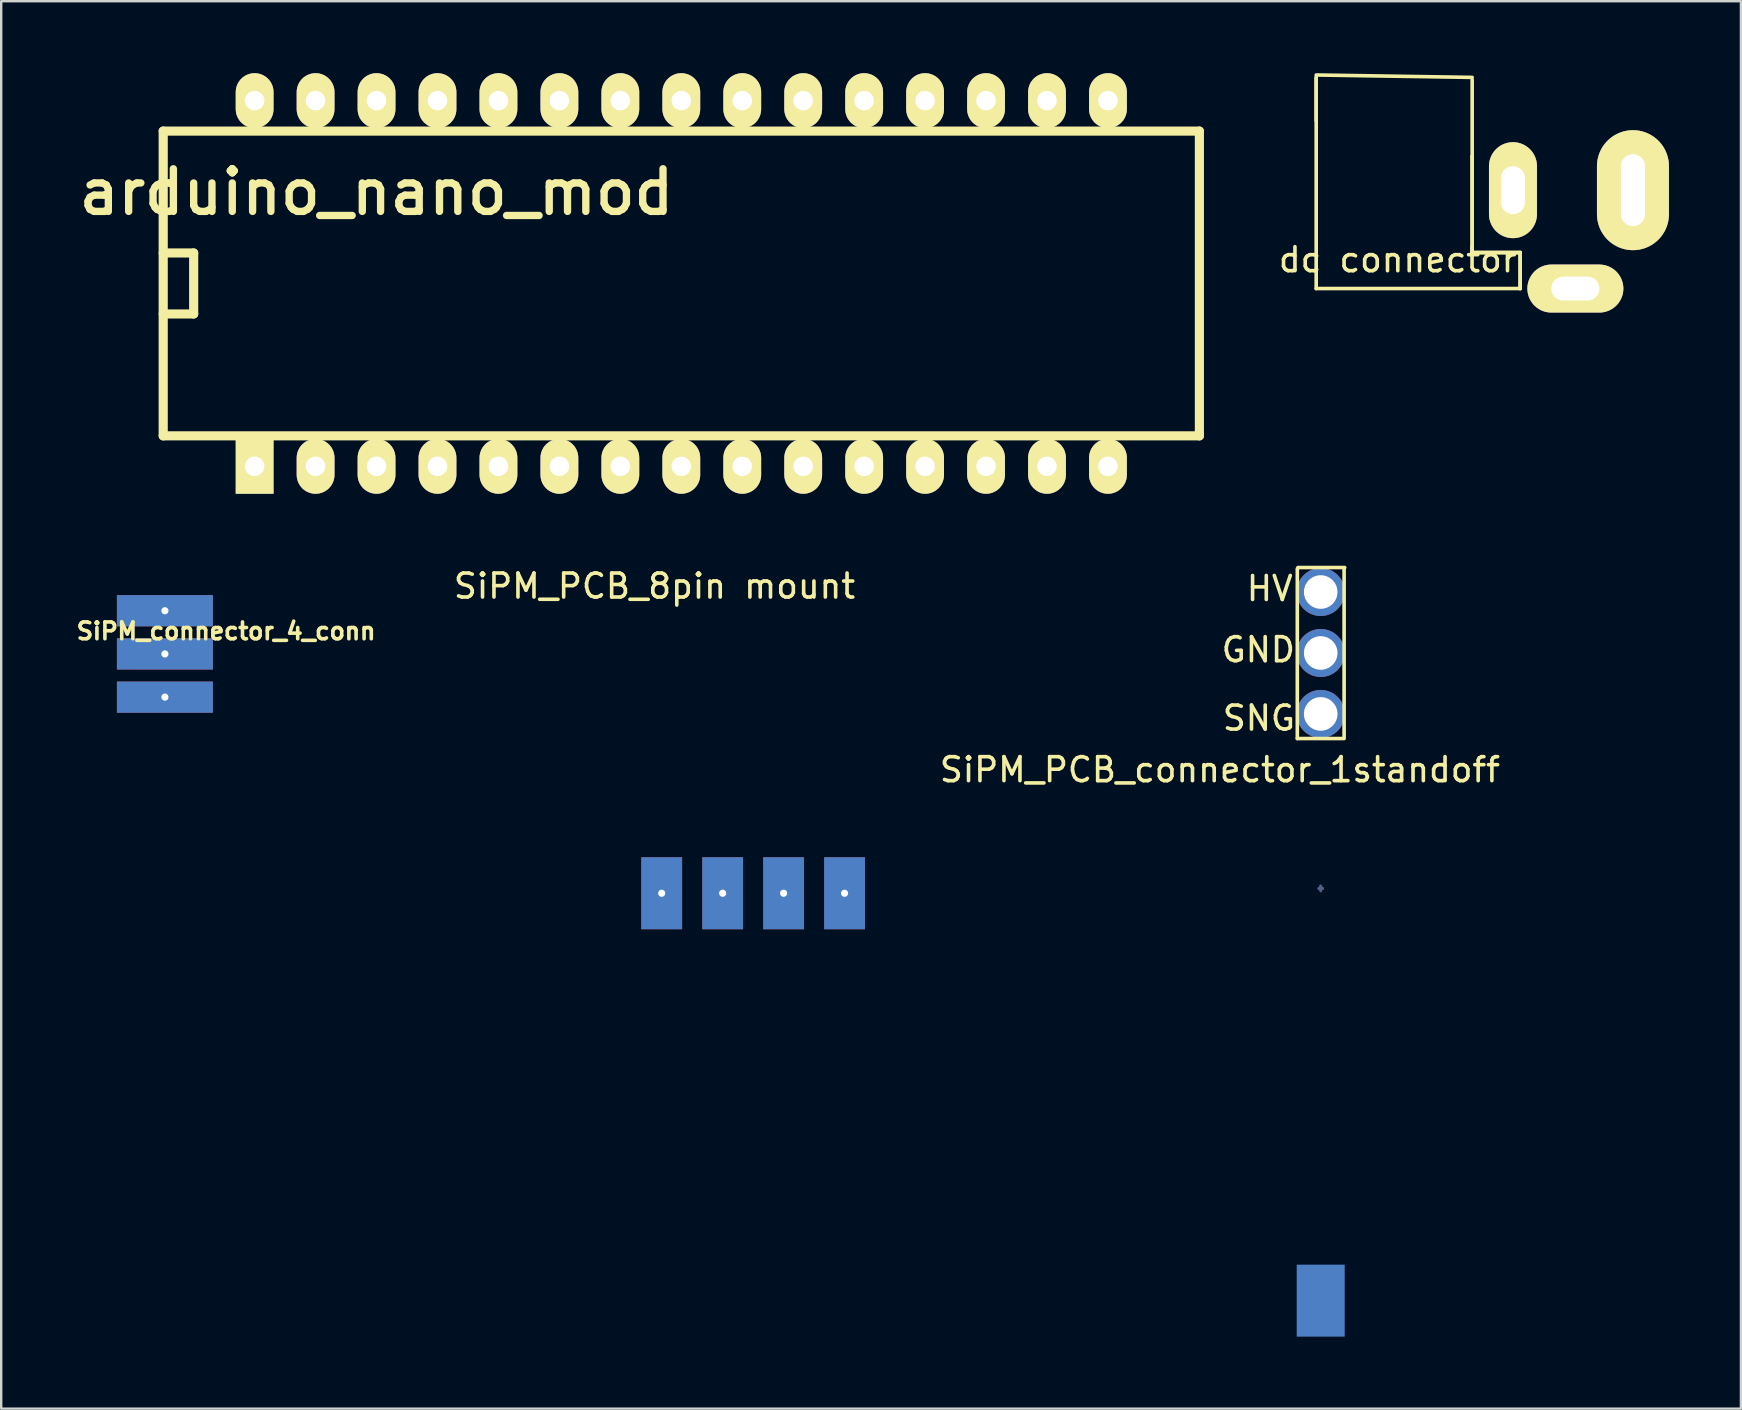
<source format=kicad_pcb>
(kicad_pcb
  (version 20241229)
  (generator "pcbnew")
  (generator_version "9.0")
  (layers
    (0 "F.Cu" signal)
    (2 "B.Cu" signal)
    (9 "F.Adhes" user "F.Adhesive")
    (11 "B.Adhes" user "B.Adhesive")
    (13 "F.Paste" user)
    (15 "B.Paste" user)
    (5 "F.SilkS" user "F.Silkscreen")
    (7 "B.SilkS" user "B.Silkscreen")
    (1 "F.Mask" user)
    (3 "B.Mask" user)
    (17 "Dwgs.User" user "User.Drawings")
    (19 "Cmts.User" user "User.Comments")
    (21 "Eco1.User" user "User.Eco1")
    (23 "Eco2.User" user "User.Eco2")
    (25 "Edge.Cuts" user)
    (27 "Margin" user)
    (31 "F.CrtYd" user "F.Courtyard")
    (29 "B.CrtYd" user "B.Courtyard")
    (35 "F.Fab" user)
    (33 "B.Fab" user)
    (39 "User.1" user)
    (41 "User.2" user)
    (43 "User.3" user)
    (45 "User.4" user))
  (footprint "SiPM_connector_4_conn"
    (layer "F.Cu")
    (at 3.722 20.776)
    (property "Reference" "SiPM_connector_4_conn" (at 2.65 2.475 0) (layer "F.SilkS") (effects (font (size 0.7 0.7) (thickness 0.15))))
    (attr through_hole)
    (pad "1" thru_hole rect (at 0.1 1.625) (size 4 1.3) (drill 0.3) (layers "*.Cu" "*.Mask"))
    (pad "2" thru_hole rect (at 0.1 3.425) (size 4 1.3) (drill 0.3) (layers "*.Cu" "*.Mask"))
    (pad "3" thru_hole rect (at 0.1 5.225) (size 4 1.3) (drill 0.3) (layers "*.Cu" "*.Mask")))
  (footprint "dc connector"
    (layer "F.Cu")
    (at 51.799 8.975)
    (property "Reference" "dc connector" (at 3.4 -1.2 0) (layer "F.SilkS") (effects (font (size 1 1) (thickness 0.15))))
    (attr through_hole)
    (fp_line (start 0 -8.8) (end 0 -7) (stroke (width 0.15) (type solid)) (layer "F.SilkS"))
    (fp_line (start 0 0) (end 0 -8.8) (stroke (width 0.15) (type solid)) (layer "F.SilkS"))
    (fp_line (start 0 0) (end 8.5 0) (stroke (width 0.15) (type solid)) (layer "F.SilkS"))
    (fp_line (start 6.5 -8.8) (end 0 -8.9) (stroke (width 0.15) (type solid)) (layer "F.SilkS"))
    (fp_line (start 6.5 -5.5) (end 6.5 -8.7) (stroke (width 0.15) (type solid)) (layer "F.SilkS"))
    (fp_line (start 6.5 -5.5) (end 6.5 -1.5) (stroke (width 0.15) (type solid)) (layer "F.SilkS"))
    (fp_line (start 6.5 -1.5) (end 6.5 -5.5) (stroke (width 0.15) (type solid)) (layer "F.SilkS"))
    (fp_line (start 8.5 -1.5) (end 6.5 -1.5) (stroke (width 0.15) (type solid)) (layer "F.SilkS"))
    (fp_line (start 8.5 -1.5) (end 6.5 -1.5) (stroke (width 0.15) (type solid)) (layer "F.SilkS"))
    (fp_line (start 8.5 -1.5) (end 8.5 0) (stroke (width 0.15) (type solid)) (layer "F.SilkS"))
    (fp_line (start 8.5 0) (end 8.5 -1.5) (stroke (width 0.15) (type solid)) (layer "F.SilkS"))
    (pad "2" thru_hole oval (at 13.2 -4.1) (size 3 5) (drill oval 1 3) (layers "*.Cu" "*.Mask" "F.SilkS"))
    (pad "3" thru_hole oval (at 8.2 -4.1) (size 2 4) (drill oval 1 2) (layers "*.Cu" "*.Mask" "F.SilkS"))
    (pad "4" thru_hole oval (at 10.8 0) (size 4 2) (drill oval 2 1) (layers "*.Cu" "*.Mask" "F.SilkS")))
  (footprint "SiPM_PCB_8pin mount"
    (layer "F.Cu")
    (at 24.5 32.149)
    (property "Reference" "SiPM_PCB_8pin mount" (at -0.275 -10.775 0) (layer "F.SilkS") (effects (font (size 1 1) (thickness 0.15))))
    (attr through_hole)
    (pad "1" thru_hole rect (at 0.025 2.025) (size 1.7 3) (drill 0.3) (layers "*.Cu" "*.Mask"))
    (pad "2" thru_hole rect (at 2.565 2.025) (size 1.7 3) (drill 0.3) (layers "*.Cu" "*.Mask"))
    (pad "3" thru_hole rect (at 5.105 2.025) (size 1.7 3) (drill 0.3) (layers "*.Cu" "*.Mask"))
    (pad "4" thru_hole rect (at 7.645 2.025) (size 1.7 3) (drill 0.3) (layers "*.Cu" "*.Mask")))
  (footprint "arduino_nano_mod"
    (layer "F.Cu")
    (at 26.611 8.763)
    (property "Reference" "arduino_nano_mod" (at -13.97 -3.81 0) (layer "F.SilkS") (effects (font (size 1.778 1.778) (thickness 0.305))))
    (attr through_hole)
    (fp_line (start -22.86 -6.35) (end 20.32 -6.35) (stroke (width 0.381) (type solid)) (layer "F.SilkS"))
    (fp_line (start -22.86 1.27) (end -21.59 1.27) (stroke (width 0.381) (type solid)) (layer "F.SilkS"))
    (fp_line (start -22.86 6.35) (end -22.86 -6.35) (stroke (width 0.381) (type solid)) (layer "F.SilkS"))
    (fp_line (start -21.59 -1.27) (end -22.86 -1.27) (stroke (width 0.381) (type solid)) (layer "F.SilkS"))
    (fp_line (start -21.59 1.27) (end -21.59 -1.27) (stroke (width 0.381) (type solid)) (layer "F.SilkS"))
    (fp_line (start 20.32 -6.35) (end 20.32 6.35) (stroke (width 0.381) (type solid)) (layer "F.SilkS"))
    (fp_line (start 20.32 6.35) (end -22.86 6.35) (stroke (width 0.381) (type solid)) (layer "F.SilkS"))
    (pad "1" thru_hole rect (at -19.05 7.62) (size 1.575 2.286) (drill 0.813) (layers "*.Cu" "*.Mask" "F.SilkS"))
    (pad "2" thru_hole oval (at -16.51 7.62) (size 1.575 2.286) (drill 0.813) (layers "*.Cu" "*.Mask" "F.SilkS"))
    (pad "3" thru_hole oval (at -13.97 7.62) (size 1.575 2.286) (drill 0.813) (layers "*.Cu" "*.Mask" "F.SilkS"))
    (pad "4" thru_hole oval (at -11.43 7.62) (size 1.575 2.286) (drill 0.813) (layers "*.Cu" "*.Mask" "F.SilkS"))
    (pad "5" thru_hole oval (at -8.89 7.62) (size 1.575 2.286) (drill 0.813) (layers "*.Cu" "*.Mask" "F.SilkS"))
    (pad "6" thru_hole oval (at -6.35 7.62) (size 1.575 2.286) (drill 0.813) (layers "*.Cu" "*.Mask" "F.SilkS"))
    (pad "7" thru_hole oval (at -3.81 7.62) (size 1.575 2.286) (drill 0.813) (layers "*.Cu" "*.Mask" "F.SilkS"))
    (pad "8" thru_hole oval (at -1.27 7.62) (size 1.575 2.286) (drill 0.813) (layers "*.Cu" "*.Mask" "F.SilkS"))
    (pad "9" thru_hole oval (at 1.27 7.62) (size 1.575 2.286) (drill 0.813) (layers "*.Cu" "*.Mask" "F.SilkS"))
    (pad "10" thru_hole oval (at 3.81 7.62) (size 1.575 2.286) (drill 0.813) (layers "*.Cu" "*.Mask" "F.SilkS"))
    (pad "11" thru_hole oval (at 6.35 7.62) (size 1.575 2.286) (drill 0.813) (layers "*.Cu" "*.Mask" "F.SilkS"))
    (pad "12" thru_hole oval (at 8.89 7.62) (size 1.575 2.286) (drill 0.813) (layers "*.Cu" "*.Mask" "F.SilkS"))
    (pad "13" thru_hole oval (at 11.43 7.62) (size 1.575 2.286) (drill 0.813) (layers "*.Cu" "*.Mask" "F.SilkS"))
    (pad "14" thru_hole oval (at 13.97 7.62) (size 1.575 2.286) (drill 0.813) (layers "*.Cu" "*.Mask" "F.SilkS"))
    (pad "16" thru_hole oval (at 16.51 -7.62) (size 1.575 2.286) (drill 0.813) (layers "*.Cu" "*.Mask" "F.SilkS"))
    (pad "17" thru_hole oval (at 13.97 -7.62) (size 1.575 2.286) (drill 0.813) (layers "*.Cu" "*.Mask" "F.SilkS"))
    (pad "18" thru_hole oval (at 11.43 -7.62) (size 1.575 2.286) (drill 0.813) (layers "*.Cu" "*.Mask" "F.SilkS"))
    (pad "19" thru_hole oval (at 8.89 -7.62) (size 1.575 2.286) (drill 0.813) (layers "*.Cu" "*.Mask" "F.SilkS"))
    (pad "20" thru_hole oval (at 6.35 -7.62) (size 1.575 2.286) (drill 0.813) (layers "*.Cu" "*.Mask" "F.SilkS"))
    (pad "21" thru_hole oval (at 3.81 -7.62) (size 1.575 2.286) (drill 0.813) (layers "*.Cu" "*.Mask" "F.SilkS"))
    (pad "22" thru_hole oval (at 1.27 -7.62) (size 1.575 2.286) (drill 0.813) (layers "*.Cu" "*.Mask" "F.SilkS"))
    (pad "23" thru_hole oval (at -1.27 -7.62) (size 1.575 2.286) (drill 0.813) (layers "*.Cu" "*.Mask" "F.SilkS"))
    (pad "24" thru_hole oval (at -3.81 -7.62) (size 1.575 2.286) (drill 0.813) (layers "*.Cu" "*.Mask" "F.SilkS"))
    (pad "25" thru_hole oval (at -6.35 -7.62) (size 1.575 2.286) (drill 0.813) (layers "*.Cu" "*.Mask" "F.SilkS"))
    (pad "26" thru_hole oval (at -8.89 -7.62) (size 1.575 2.286) (drill 0.813) (layers "*.Cu" "*.Mask" "F.SilkS"))
    (pad "27" thru_hole oval (at -11.43 -7.62) (size 1.575 2.286) (drill 0.813) (layers "*.Cu" "*.Mask" "F.SilkS"))
    (pad "28" thru_hole oval (at -13.97 -7.62) (size 1.575 2.286) (drill 0.813) (layers "*.Cu" "*.Mask" "F.SilkS"))
    (pad "29" thru_hole oval (at -16.51 -7.62) (size 1.575 2.286) (drill 0.813) (layers "*.Cu" "*.Mask" "F.SilkS"))
    (pad "30" thru_hole oval (at -19.05 -7.62) (size 1.575 2.286) (drill 0.813) (layers "*.Cu" "*.Mask" "F.SilkS"))
    (pad "VIN" thru_hole oval (at 16.51 7.62) (size 1.575 2.286) (drill 0.813) (layers "*.Cu" "*.Mask" "F.SilkS")))
  (footprint "SiPM_PCB_connector_1standoff"
    (layer "F.Cu")
    (at 51.987 33.976)
    (property "Reference" "SiPM_PCB_connector_1standoff" (at -4.2 -4.95 0) (layer "F.SilkS") (effects (font (size 1 1) (thickness 0.15))))
    (attr through_hole)
    (fp_line (start -0.975 -6.25) (end -0.975 -13.325) (stroke (width 0.15) (type solid)) (layer "F.SilkS"))
    (fp_line (start -0.95 -13.375) (end 1 -13.375) (stroke (width 0.15) (type solid)) (layer "F.SilkS"))
    (fp_line (start 0.925 -6.25) (end -0.975 -6.25) (stroke (width 0.15) (type solid)) (layer "F.SilkS"))
    (fp_line (start 0.975 -13.325) (end 0.975 -6.25) (stroke (width 0.15) (type solid)) (layer "F.SilkS"))
    (fp_line (start -0.075 0) (end 0 0) (stroke (width 0.12) (type solid)) (layer "B.Fab"))
    (fp_line (start -0.05 0) (end -0.025 0) (stroke (width 0.12) (type solid)) (layer "B.Fab"))
    (fp_line (start -0.025 0) (end -0.075 0) (stroke (width 0.12) (type solid)) (layer "B.Fab"))
    (fp_line (start 0 -0.1) (end 0 0) (stroke (width 0.12) (type solid)) (layer "B.Fab"))
    (fp_line (start 0 0) (end -0.05 0) (stroke (width 0.12) (type solid)) (layer "B.Fab"))
    (fp_line (start 0 0) (end 0 -0.1) (stroke (width 0.12) (type solid)) (layer "B.Fab"))
    (fp_line (start 0 0) (end 0 0.1) (stroke (width 0.12) (type solid)) (layer "B.Fab"))
    (fp_line (start 0 0) (end 0.025 0) (stroke (width 0.12) (type solid)) (layer "B.Fab"))
    (fp_line (start 0 0) (end 0.075 0) (stroke (width 0.12) (type solid)) (layer "B.Fab"))
    (fp_line (start 0.025 0) (end 0 0) (stroke (width 0.12) (type solid)) (layer "B.Fab"))
    (fp_line (start 0.075 0) (end 0 0) (stroke (width 0.12) (type solid)) (layer "B.Fab"))
    (fp_text user "HV" (at -2.125 -12.5 180) (layer "F.SilkS") (effects (font (size 1 1) (thickness 0.15))))
    (fp_text user "GND" (at -2.6 -9.95 180) (layer "F.SilkS") (effects (font (size 1 1) (thickness 0.15))))
    (fp_text user "SNG" (at -2.575 -7.1 180) (layer "F.SilkS") (effects (font (size 1 1) (thickness 0.15))))
    (pad "1" thru_hole circle (at 0 -12.355 90) (size 2 2) (drill 1.4) (layers "*.Cu" "*.Mask"))
    (pad "2" thru_hole circle (at 0 -9.815 90) (size 2 2) (drill 1.4) (layers "*.Cu" "*.Mask"))
    (pad "3" thru_hole circle (at 0 -7.275 90) (size 2 2) (drill 1.4) (layers "*.Cu" "*.Mask"))
    (pad "4" smd rect (at 0 17.175 90) (size 3 2) (layers "B.Cu" "B.Mask" "B.Paste")))
  (gr_rect
    (start -3 -3)
    (end 69.499 55.651)
    (stroke (width 0.1) (type default))
    (fill no)
    (layer "Edge.Cuts")))
</source>
